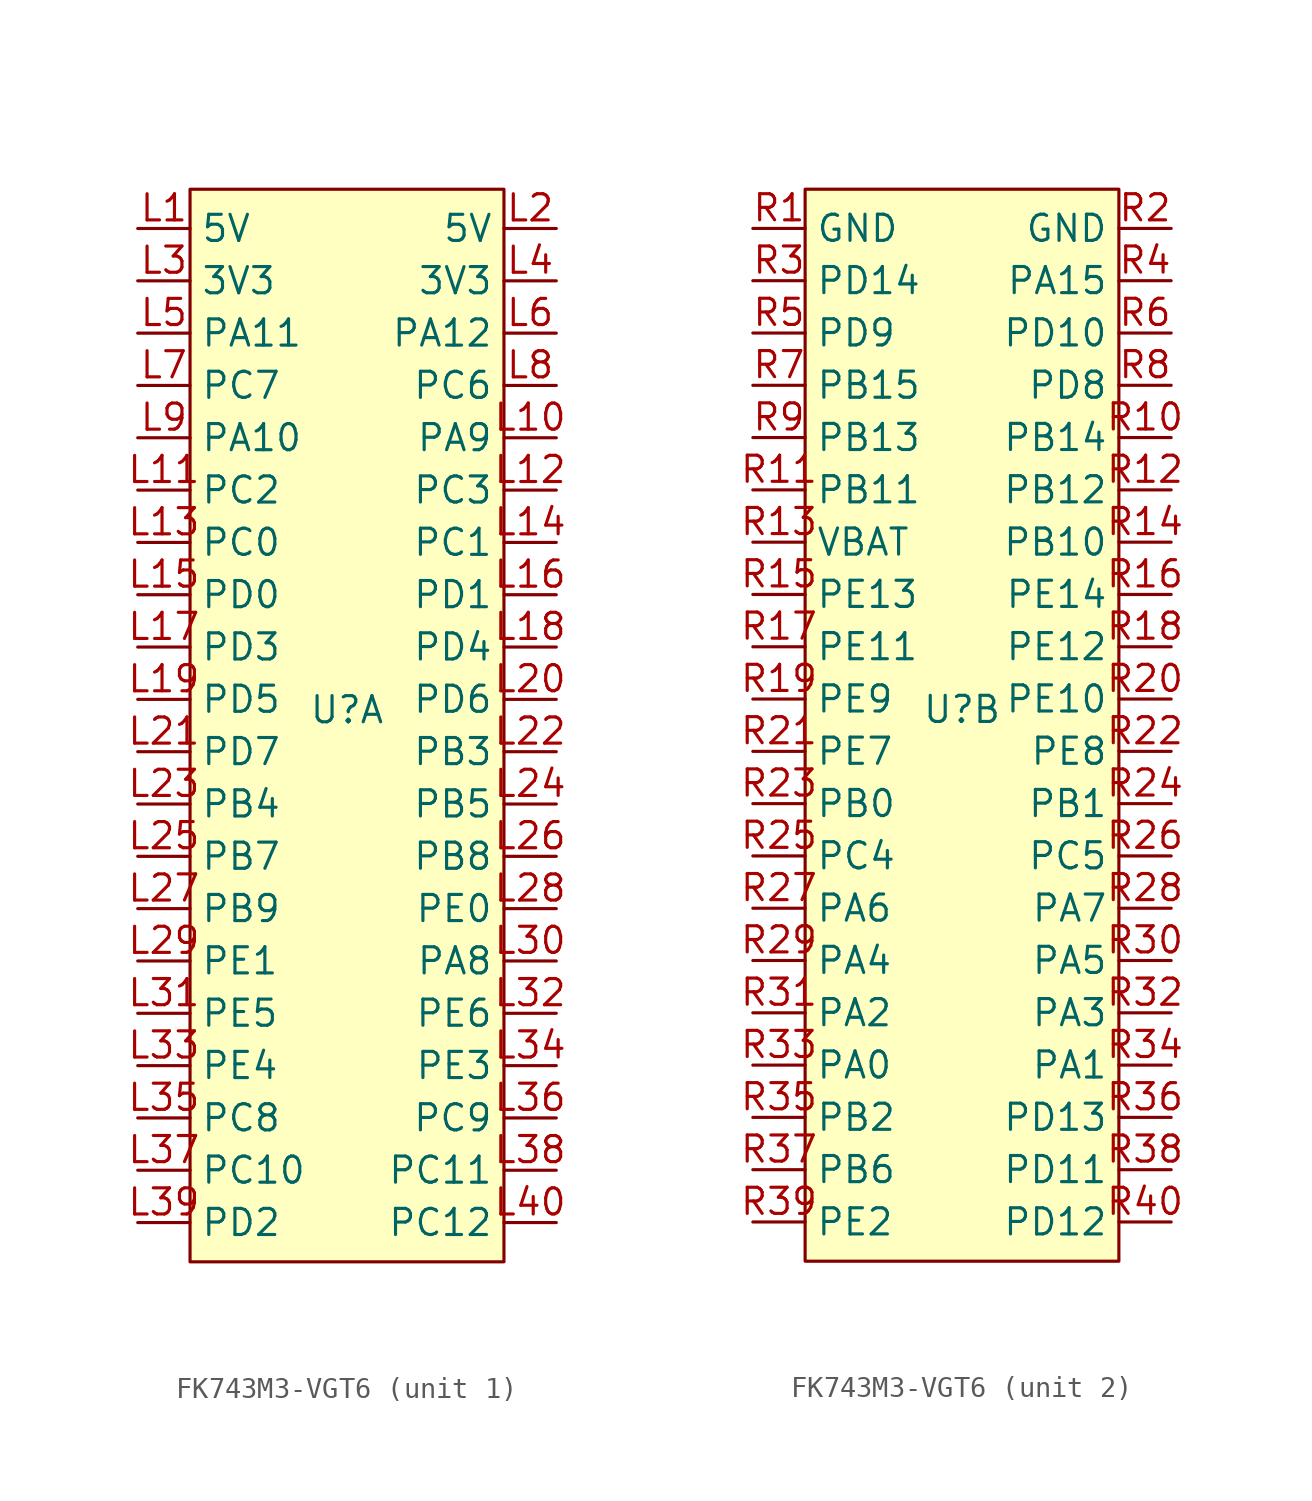
<source format=kicad_sym>
(kicad_symbol_lib
  (version 20241209)
  (generator "kicad_symbol_editor")
  (generator_version "9.0")
  (symbol "FK743M3-VGT6"
    (property "Reference" "U"
      (at 0 0.762 0)
      (effects (font (size 1.27 1.27))))
    (property "Value" ""
      (at 0 0 0)
      (effects (font (size 1.27 1.27))))
    (property "ki_locked" ""
      (at 0 0 0)
      (effects (font (size 1.27 1.27))))
    (symbol "FK743M3-VGT6_1_1"
      (rectangle (start -7.62 26.035) (end 7.62 -26.035) (stroke (width 0) (type solid)) (fill (type background)))
      (pin power_in line (at -10.16 24.13 0) (length 2.54) (name "5V" (effects (font (size 1.27 1.27)))) (number "L1" (effects (font (size 1.27 1.27)))))
      (pin power_in line (at -10.16 21.59 0) (length 2.54) (name "3V3" (effects (font (size 1.27 1.27)))) (number "L3" (effects (font (size 1.27 1.27)))))
      (pin tri_state line (at -10.16 19.05 0) (length 2.54) (name "PA11" (effects (font (size 1.27 1.27)))) (number "L5" (effects (font (size 1.27 1.27)))))
      (pin tri_state line (at -10.16 16.51 0) (length 2.54) (name "PC7" (effects (font (size 1.27 1.27)))) (number "L7" (effects (font (size 1.27 1.27)))))
      (pin tri_state line (at -10.16 13.97 0) (length 2.54) (name "PA10" (effects (font (size 1.27 1.27)))) (number "L9" (effects (font (size 1.27 1.27)))))
      (pin tri_state line (at -10.16 11.43 0) (length 2.54) (name "PC2" (effects (font (size 1.27 1.27)))) (number "L11" (effects (font (size 1.27 1.27)))))
      (pin tri_state line (at -10.16 8.89 0) (length 2.54) (name "PC0" (effects (font (size 1.27 1.27)))) (number "L13" (effects (font (size 1.27 1.27)))))
      (pin tri_state line (at -10.16 6.35 0) (length 2.54) (name "PD0" (effects (font (size 1.27 1.27)))) (number "L15" (effects (font (size 1.27 1.27)))))
      (pin tri_state line (at -10.16 3.81 0) (length 2.54) (name "PD3" (effects (font (size 1.27 1.27)))) (number "L17" (effects (font (size 1.27 1.27)))))
      (pin tri_state line (at -10.16 1.27 0) (length 2.54) (name "PD5" (effects (font (size 1.27 1.27)))) (number "L19" (effects (font (size 1.27 1.27)))))
      (pin tri_state line (at -10.16 -1.27 0) (length 2.54) (name "PD7" (effects (font (size 1.27 1.27)))) (number "L21" (effects (font (size 1.27 1.27)))))
      (pin tri_state line (at -10.16 -3.81 0) (length 2.54) (name "PB4" (effects (font (size 1.27 1.27)))) (number "L23" (effects (font (size 1.27 1.27)))))
      (pin tri_state line (at -10.16 -6.35 0) (length 2.54) (name "PB7" (effects (font (size 1.27 1.27)))) (number "L25" (effects (font (size 1.27 1.27)))))
      (pin tri_state line (at -10.16 -8.89 0) (length 2.54) (name "PB9" (effects (font (size 1.27 1.27)))) (number "L27" (effects (font (size 1.27 1.27)))))
      (pin tri_state line (at -10.16 -11.43 0) (length 2.54) (name "PE1" (effects (font (size 1.27 1.27)))) (number "L29" (effects (font (size 1.27 1.27)))))
      (pin tri_state line (at -10.16 -13.97 0) (length 2.54) (name "PE5" (effects (font (size 1.27 1.27)))) (number "L31" (effects (font (size 1.27 1.27)))))
      (pin tri_state line (at -10.16 -16.51 0) (length 2.54) (name "PE4" (effects (font (size 1.27 1.27)))) (number "L33" (effects (font (size 1.27 1.27)))))
      (pin tri_state line (at -10.16 -19.05 0) (length 2.54) (name "PC8" (effects (font (size 1.27 1.27)))) (number "L35" (effects (font (size 1.27 1.27)))))
      (pin tri_state line (at -10.16 -21.59 0) (length 2.54) (name "PC10" (effects (font (size 1.27 1.27)))) (number "L37" (effects (font (size 1.27 1.27)))))
      (pin tri_state line (at -10.16 -24.13 0) (length 2.54) (name "PD2" (effects (font (size 1.27 1.27)))) (number "L39" (effects (font (size 1.27 1.27)))))
      (pin power_in line (at 10.16 24.13 180) (length 2.54) (name "5V" (effects (font (size 1.27 1.27)))) (number "L2" (effects (font (size 1.27 1.27)))))
      (pin power_in line (at 10.16 21.59 180) (length 2.54) (name "3V3" (effects (font (size 1.27 1.27)))) (number "L4" (effects (font (size 1.27 1.27)))))
      (pin tri_state line (at 10.16 19.05 180) (length 2.54) (name "PA12" (effects (font (size 1.27 1.27)))) (number "L6" (effects (font (size 1.27 1.27)))))
      (pin tri_state line (at 10.16 16.51 180) (length 2.54) (name "PC6" (effects (font (size 1.27 1.27)))) (number "L8" (effects (font (size 1.27 1.27)))))
      (pin tri_state line (at 10.16 13.97 180) (length 2.54) (name "PA9" (effects (font (size 1.27 1.27)))) (number "L10" (effects (font (size 1.27 1.27)))))
      (pin tri_state line (at 10.16 11.43 180) (length 2.54) (name "PC3" (effects (font (size 1.27 1.27)))) (number "L12" (effects (font (size 1.27 1.27)))))
      (pin tri_state line (at 10.16 8.89 180) (length 2.54) (name "PC1" (effects (font (size 1.27 1.27)))) (number "L14" (effects (font (size 1.27 1.27)))))
      (pin tri_state line (at 10.16 6.35 180) (length 2.54) (name "PD1" (effects (font (size 1.27 1.27)))) (number "L16" (effects (font (size 1.27 1.27)))))
      (pin tri_state line (at 10.16 3.81 180) (length 2.54) (name "PD4" (effects (font (size 1.27 1.27)))) (number "L18" (effects (font (size 1.27 1.27)))))
      (pin tri_state line (at 10.16 1.27 180) (length 2.54) (name "PD6" (effects (font (size 1.27 1.27)))) (number "L20" (effects (font (size 1.27 1.27)))))
      (pin tri_state line (at 10.16 -1.27 180) (length 2.54) (name "PB3" (effects (font (size 1.27 1.27)))) (number "L22" (effects (font (size 1.27 1.27)))))
      (pin tri_state line (at 10.16 -3.81 180) (length 2.54) (name "PB5" (effects (font (size 1.27 1.27)))) (number "L24" (effects (font (size 1.27 1.27)))))
      (pin tri_state line (at 10.16 -6.35 180) (length 2.54) (name "PB8" (effects (font (size 1.27 1.27)))) (number "L26" (effects (font (size 1.27 1.27)))))
      (pin tri_state line (at 10.16 -8.89 180) (length 2.54) (name "PE0" (effects (font (size 1.27 1.27)))) (number "L28" (effects (font (size 1.27 1.27)))))
      (pin tri_state line (at 10.16 -11.43 180) (length 2.54) (name "PA8" (effects (font (size 1.27 1.27)))) (number "L30" (effects (font (size 1.27 1.27)))))
      (pin tri_state line (at 10.16 -13.97 180) (length 2.54) (name "PE6" (effects (font (size 1.27 1.27)))) (number "L32" (effects (font (size 1.27 1.27)))))
      (pin tri_state line (at 10.16 -16.51 180) (length 2.54) (name "PE3" (effects (font (size 1.27 1.27)))) (number "L34" (effects (font (size 1.27 1.27)))))
      (pin tri_state line (at 10.16 -19.05 180) (length 2.54) (name "PC9" (effects (font (size 1.27 1.27)))) (number "L36" (effects (font (size 1.27 1.27)))))
      (pin tri_state line (at 10.16 -21.59 180) (length 2.54) (name "PC11" (effects (font (size 1.27 1.27)))) (number "L38" (effects (font (size 1.27 1.27)))))
      (pin tri_state line (at 10.16 -24.13 180) (length 2.54) (name "PC12" (effects (font (size 1.27 1.27)))) (number "L40" (effects (font (size 1.27 1.27))))))
    (symbol "FK743M3-VGT6_2_1"
      (rectangle (start -7.62 26.035) (end 7.62 -26.035) (stroke (width 0) (type solid)) (fill (type background)))
      (pin power_in line (at -10.16 24.13 0) (length 2.54) (name "GND" (effects (font (size 1.27 1.27)))) (number "R1" (effects (font (size 1.27 1.27)))))
      (pin tri_state line (at -10.16 21.59 0) (length 2.54) (name "PD14" (effects (font (size 1.27 1.27)))) (number "R3" (effects (font (size 1.27 1.27)))))
      (pin tri_state line (at -10.16 19.05 0) (length 2.54) (name "PD9" (effects (font (size 1.27 1.27)))) (number "R5" (effects (font (size 1.27 1.27)))))
      (pin tri_state line (at -10.16 16.51 0) (length 2.54) (name "PB15" (effects (font (size 1.27 1.27)))) (number "R7" (effects (font (size 1.27 1.27)))))
      (pin tri_state line (at -10.16 13.97 0) (length 2.54) (name "PB13" (effects (font (size 1.27 1.27)))) (number "R9" (effects (font (size 1.27 1.27)))))
      (pin tri_state line (at -10.16 11.43 0) (length 2.54) (name "PB11" (effects (font (size 1.27 1.27)))) (number "R11" (effects (font (size 1.27 1.27)))))
      (pin power_in line (at -10.16 8.89 0) (length 2.54) (name "VBAT" (effects (font (size 1.27 1.27)))) (number "R13" (effects (font (size 1.27 1.27)))))
      (pin tri_state line (at -10.16 6.35 0) (length 2.54) (name "PE13" (effects (font (size 1.27 1.27)))) (number "R15" (effects (font (size 1.27 1.27)))))
      (pin tri_state line (at -10.16 3.81 0) (length 2.54) (name "PE11" (effects (font (size 1.27 1.27)))) (number "R17" (effects (font (size 1.27 1.27)))))
      (pin tri_state line (at -10.16 1.27 0) (length 2.54) (name "PE9" (effects (font (size 1.27 1.27)))) (number "R19" (effects (font (size 1.27 1.27)))))
      (pin tri_state line (at -10.16 -1.27 0) (length 2.54) (name "PE7" (effects (font (size 1.27 1.27)))) (number "R21" (effects (font (size 1.27 1.27)))))
      (pin tri_state line (at -10.16 -3.81 0) (length 2.54) (name "PB0" (effects (font (size 1.27 1.27)))) (number "R23" (effects (font (size 1.27 1.27)))))
      (pin tri_state line (at -10.16 -6.35 0) (length 2.54) (name "PC4" (effects (font (size 1.27 1.27)))) (number "R25" (effects (font (size 1.27 1.27)))))
      (pin tri_state line (at -10.16 -8.89 0) (length 2.54) (name "PA6" (effects (font (size 1.27 1.27)))) (number "R27" (effects (font (size 1.27 1.27)))))
      (pin tri_state line (at -10.16 -11.43 0) (length 2.54) (name "PA4" (effects (font (size 1.27 1.27)))) (number "R29" (effects (font (size 1.27 1.27)))))
      (pin tri_state line (at -10.16 -13.97 0) (length 2.54) (name "PA2" (effects (font (size 1.27 1.27)))) (number "R31" (effects (font (size 1.27 1.27)))))
      (pin tri_state line (at -10.16 -16.51 0) (length 2.54) (name "PA0" (effects (font (size 1.27 1.27)))) (number "R33" (effects (font (size 1.27 1.27)))))
      (pin tri_state line (at -10.16 -19.05 0) (length 2.54) (name "PB2" (effects (font (size 1.27 1.27)))) (number "R35" (effects (font (size 1.27 1.27)))))
      (pin tri_state line (at -10.16 -21.59 0) (length 2.54) (name "PB6" (effects (font (size 1.27 1.27)))) (number "R37" (effects (font (size 1.27 1.27)))))
      (pin tri_state line (at -10.16 -24.13 0) (length 2.54) (name "PE2" (effects (font (size 1.27 1.27)))) (number "R39" (effects (font (size 1.27 1.27)))))
      (pin power_in line (at 10.16 24.13 180) (length 2.54) (name "GND" (effects (font (size 1.27 1.27)))) (number "R2" (effects (font (size 1.27 1.27)))))
      (pin tri_state line (at 10.16 21.59 180) (length 2.54) (name "PA15" (effects (font (size 1.27 1.27)))) (number "R4" (effects (font (size 1.27 1.27)))))
      (pin tri_state line (at 10.16 19.05 180) (length 2.54) (name "PD10" (effects (font (size 1.27 1.27)))) (number "R6" (effects (font (size 1.27 1.27)))))
      (pin tri_state line (at 10.16 16.51 180) (length 2.54) (name "PD8" (effects (font (size 1.27 1.27)))) (number "R8" (effects (font (size 1.27 1.27)))))
      (pin tri_state line (at 10.16 13.97 180) (length 2.54) (name "PB14" (effects (font (size 1.27 1.27)))) (number "R10" (effects (font (size 1.27 1.27)))))
      (pin tri_state line (at 10.16 11.43 180) (length 2.54) (name "PB12" (effects (font (size 1.27 1.27)))) (number "R12" (effects (font (size 1.27 1.27)))))
      (pin tri_state line (at 10.16 8.89 180) (length 2.54) (name "PB10" (effects (font (size 1.27 1.27)))) (number "R14" (effects (font (size 1.27 1.27)))))
      (pin tri_state line (at 10.16 6.35 180) (length 2.54) (name "PE14" (effects (font (size 1.27 1.27)))) (number "R16" (effects (font (size 1.27 1.27)))))
      (pin tri_state line (at 10.16 3.81 180) (length 2.54) (name "PE12" (effects (font (size 1.27 1.27)))) (number "R18" (effects (font (size 1.27 1.27)))))
      (pin tri_state line (at 10.16 1.27 180) (length 2.54) (name "PE10" (effects (font (size 1.27 1.27)))) (number "R20" (effects (font (size 1.27 1.27)))))
      (pin tri_state line (at 10.16 -1.27 180) (length 2.54) (name "PE8" (effects (font (size 1.27 1.27)))) (number "R22" (effects (font (size 1.27 1.27)))))
      (pin tri_state line (at 10.16 -3.81 180) (length 2.54) (name "PB1" (effects (font (size 1.27 1.27)))) (number "R24" (effects (font (size 1.27 1.27)))))
      (pin tri_state line (at 10.16 -6.35 180) (length 2.54) (name "PC5" (effects (font (size 1.27 1.27)))) (number "R26" (effects (font (size 1.27 1.27)))))
      (pin tri_state line (at 10.16 -8.89 180) (length 2.54) (name "PA7" (effects (font (size 1.27 1.27)))) (number "R28" (effects (font (size 1.27 1.27)))))
      (pin tri_state line (at 10.16 -11.43 180) (length 2.54) (name "PA5" (effects (font (size 1.27 1.27)))) (number "R30" (effects (font (size 1.27 1.27)))))
      (pin tri_state line (at 10.16 -13.97 180) (length 2.54) (name "PA3" (effects (font (size 1.27 1.27)))) (number "R32" (effects (font (size 1.27 1.27)))))
      (pin tri_state line (at 10.16 -16.51 180) (length 2.54) (name "PA1" (effects (font (size 1.27 1.27)))) (number "R34" (effects (font (size 1.27 1.27)))))
      (pin tri_state line (at 10.16 -19.05 180) (length 2.54) (name "PD13" (effects (font (size 1.27 1.27)))) (number "R36" (effects (font (size 1.27 1.27)))))
      (pin tri_state line (at 10.16 -21.59 180) (length 2.54) (name "PD11" (effects (font (size 1.27 1.27)))) (number "R38" (effects (font (size 1.27 1.27)))))
      (pin tri_state line (at 10.16 -24.13 180) (length 2.54) (name "PD12" (effects (font (size 1.27 1.27)))) (number "R40" (effects (font (size 1.27 1.27))))))))
</source>
